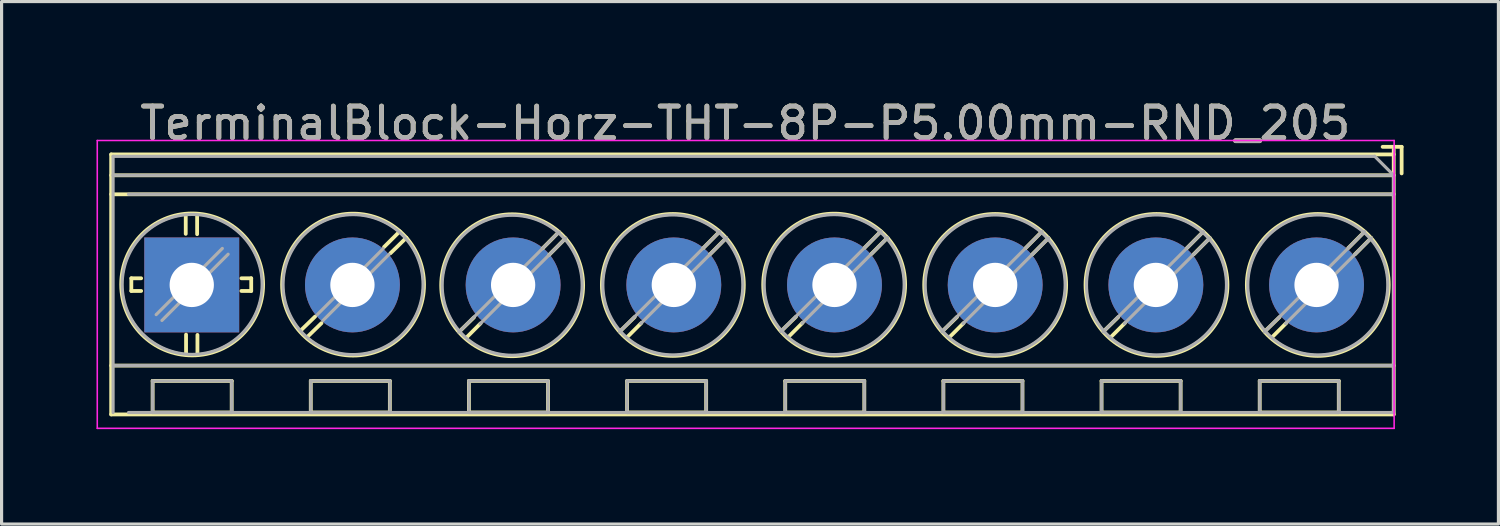
<source format=kicad_pcb>
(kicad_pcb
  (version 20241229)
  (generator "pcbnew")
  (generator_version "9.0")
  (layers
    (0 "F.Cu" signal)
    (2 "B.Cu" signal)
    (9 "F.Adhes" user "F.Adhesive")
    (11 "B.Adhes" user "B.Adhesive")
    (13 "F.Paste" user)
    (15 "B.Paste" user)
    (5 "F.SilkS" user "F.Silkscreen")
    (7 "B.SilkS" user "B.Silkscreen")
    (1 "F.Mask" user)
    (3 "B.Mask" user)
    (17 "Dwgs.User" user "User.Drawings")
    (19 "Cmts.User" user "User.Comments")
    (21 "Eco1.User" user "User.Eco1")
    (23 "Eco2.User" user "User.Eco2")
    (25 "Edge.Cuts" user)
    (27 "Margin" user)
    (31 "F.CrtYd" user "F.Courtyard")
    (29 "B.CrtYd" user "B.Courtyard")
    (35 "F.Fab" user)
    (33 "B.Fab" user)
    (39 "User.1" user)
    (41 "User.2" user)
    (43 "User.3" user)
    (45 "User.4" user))
  (footprint "TerminalBlock-Horz-THT-8P-P5.00mm-RND_205"
    (layer "F.Cu")
    (at 3.012 5.958)
    (property "Reference" "TerminalBlock-Horz-THT-8P-P5.00mm-RND_205" (at 17.5 -5.11 0) (layer "F.SilkS") (effects (font (size 1 1) (thickness 0.15))))
    (attr through_hole)
    (fp_line (start -2.547 4.094) (end -2.547 -4.126) (stroke (width 0.12) (type solid)) (layer "F.SilkS"))
    (fp_line (start -1.91 -0.21) (end -1.91 0.19) (stroke (width 0.12) (type solid)) (layer "F.SilkS"))
    (fp_line (start -1.91 0.19) (end -1.6 0.19) (stroke (width 0.12) (type solid)) (layer "F.SilkS"))
    (fp_line (start -1.6 -0.21) (end -1.91 -0.21) (stroke (width 0.12) (type solid)) (layer "F.SilkS"))
    (fp_line (start -1.237 4.034) (end -1.237 3.034) (stroke (width 0.12) (type solid)) (layer "F.SilkS"))
    (fp_line (start -0.19 -2.245) (end -0.19 -1.615) (stroke (width 0.12) (type solid)) (layer "F.SilkS"))
    (fp_line (start -0.18 1.57) (end -0.18 2.2) (stroke (width 0.12) (type solid)) (layer "F.SilkS"))
    (fp_line (start 0.17 -2.235) (end 0.17 -1.605) (stroke (width 0.12) (type solid)) (layer "F.SilkS"))
    (fp_line (start 0.18 1.58) (end 0.18 2.21) (stroke (width 0.12) (type solid)) (layer "F.SilkS"))
    (fp_line (start 1.263 3.034) (end -1.237 3.034) (stroke (width 0.12) (type solid)) (layer "F.SilkS"))
    (fp_line (start 1.263 4.034) (end -1.237 4.034) (stroke (width 0.12) (type solid)) (layer "F.SilkS"))
    (fp_line (start 1.263 4.034) (end 1.263 3.034) (stroke (width 0.12) (type solid)) (layer "F.SilkS"))
    (fp_line (start 1.57 -0.21) (end 1.88 -0.21) (stroke (width 0.12) (type solid)) (layer "F.SilkS"))
    (fp_line (start 1.88 -0.21) (end 1.88 0.19) (stroke (width 0.12) (type solid)) (layer "F.SilkS"))
    (fp_line (start 1.88 0.19) (end 1.57 0.19) (stroke (width 0.12) (type solid)) (layer "F.SilkS"))
    (fp_line (start 3.763 4.034) (end 3.763 3.034) (stroke (width 0.12) (type solid)) (layer "F.SilkS"))
    (fp_line (start 3.9 1) (end 3.464 1.422) (stroke (width 0.12) (type solid)) (layer "F.SilkS"))
    (fp_line (start 4.1 1.21) (end 3.634 1.663) (stroke (width 0.12) (type solid)) (layer "F.SilkS"))
    (fp_line (start 6.08 -1.2) (end 6.577 -1.694) (stroke (width 0.12) (type solid)) (layer "F.SilkS"))
    (fp_line (start 6.263 3.034) (end 3.763 3.034) (stroke (width 0.12) (type solid)) (layer "F.SilkS"))
    (fp_line (start 6.263 4.034) (end 3.763 4.034) (stroke (width 0.12) (type solid)) (layer "F.SilkS"))
    (fp_line (start 6.263 4.034) (end 6.263 3.034) (stroke (width 0.12) (type solid)) (layer "F.SilkS"))
    (fp_line (start 6.28 -1) (end 6.787 -1.494) (stroke (width 0.12) (type solid)) (layer "F.SilkS"))
    (fp_line (start 8.763 4.034) (end 8.763 3.034) (stroke (width 0.12) (type solid)) (layer "F.SilkS"))
    (fp_line (start 8.923 1.024) (end 8.494 1.442) (stroke (width 0.12) (type solid)) (layer "F.SilkS"))
    (fp_line (start 9.133 1.214) (end 8.664 1.683) (stroke (width 0.12) (type solid)) (layer "F.SilkS"))
    (fp_line (start 11.093 -1.156) (end 11.607 -1.674) (stroke (width 0.12) (type solid)) (layer "F.SilkS"))
    (fp_line (start 11.263 3.034) (end 8.763 3.034) (stroke (width 0.12) (type solid)) (layer "F.SilkS"))
    (fp_line (start 11.263 4.034) (end 8.763 4.034) (stroke (width 0.12) (type solid)) (layer "F.SilkS"))
    (fp_line (start 11.263 4.034) (end 11.263 3.034) (stroke (width 0.12) (type solid)) (layer "F.SilkS"))
    (fp_line (start 11.303 -0.956) (end 11.817 -1.474) (stroke (width 0.12) (type solid)) (layer "F.SilkS"))
    (fp_line (start 13.763 4.034) (end 13.763 3.034) (stroke (width 0.12) (type solid)) (layer "F.SilkS"))
    (fp_line (start 14.003 1.014) (end 13.574 1.432) (stroke (width 0.12) (type solid)) (layer "F.SilkS"))
    (fp_line (start 14.213 1.204) (end 13.744 1.673) (stroke (width 0.12) (type solid)) (layer "F.SilkS"))
    (fp_line (start 16.173 -1.166) (end 16.687 -1.684) (stroke (width 0.12) (type solid)) (layer "F.SilkS"))
    (fp_line (start 16.263 3.034) (end 13.763 3.034) (stroke (width 0.12) (type solid)) (layer "F.SilkS"))
    (fp_line (start 16.263 4.034) (end 13.763 4.034) (stroke (width 0.12) (type solid)) (layer "F.SilkS"))
    (fp_line (start 16.263 4.034) (end 16.263 3.034) (stroke (width 0.12) (type solid)) (layer "F.SilkS"))
    (fp_line (start 16.383 -0.966) (end 16.897 -1.484) (stroke (width 0.12) (type solid)) (layer "F.SilkS"))
    (fp_line (start 18.763 4.034) (end 18.763 3.034) (stroke (width 0.12) (type solid)) (layer "F.SilkS"))
    (fp_line (start 19.103 1.004) (end 18.674 1.422) (stroke (width 0.12) (type solid)) (layer "F.SilkS"))
    (fp_line (start 19.313 1.194) (end 18.844 1.663) (stroke (width 0.12) (type solid)) (layer "F.SilkS"))
    (fp_line (start 21.263 3.034) (end 18.763 3.034) (stroke (width 0.12) (type solid)) (layer "F.SilkS"))
    (fp_line (start 21.263 4.034) (end 18.763 4.034) (stroke (width 0.12) (type solid)) (layer "F.SilkS"))
    (fp_line (start 21.263 4.034) (end 21.263 3.034) (stroke (width 0.12) (type solid)) (layer "F.SilkS"))
    (fp_line (start 21.273 -1.176) (end 21.787 -1.694) (stroke (width 0.12) (type solid)) (layer "F.SilkS"))
    (fp_line (start 21.483 -0.976) (end 21.997 -1.494) (stroke (width 0.12) (type solid)) (layer "F.SilkS"))
    (fp_line (start 23.763 4.034) (end 23.763 3.034) (stroke (width 0.12) (type solid)) (layer "F.SilkS"))
    (fp_line (start 24.193 1.014) (end 23.764 1.432) (stroke (width 0.12) (type solid)) (layer "F.SilkS"))
    (fp_line (start 24.403 1.204) (end 23.934 1.673) (stroke (width 0.12) (type solid)) (layer "F.SilkS"))
    (fp_line (start 26.263 3.034) (end 23.763 3.034) (stroke (width 0.12) (type solid)) (layer "F.SilkS"))
    (fp_line (start 26.263 4.034) (end 23.763 4.034) (stroke (width 0.12) (type solid)) (layer "F.SilkS"))
    (fp_line (start 26.263 4.034) (end 26.263 3.034) (stroke (width 0.12) (type solid)) (layer "F.SilkS"))
    (fp_line (start 26.363 -1.166) (end 26.877 -1.684) (stroke (width 0.12) (type solid)) (layer "F.SilkS"))
    (fp_line (start 26.573 -0.966) (end 27.087 -1.484) (stroke (width 0.12) (type solid)) (layer "F.SilkS"))
    (fp_line (start 28.763 4.034) (end 28.763 3.034) (stroke (width 0.12) (type solid)) (layer "F.SilkS"))
    (fp_line (start 29.293 1.014) (end 28.864 1.432) (stroke (width 0.12) (type solid)) (layer "F.SilkS"))
    (fp_line (start 29.503 1.204) (end 29.034 1.673) (stroke (width 0.12) (type solid)) (layer "F.SilkS"))
    (fp_line (start 31.263 3.034) (end 28.763 3.034) (stroke (width 0.12) (type solid)) (layer "F.SilkS"))
    (fp_line (start 31.263 4.034) (end 28.763 4.034) (stroke (width 0.12) (type solid)) (layer "F.SilkS"))
    (fp_line (start 31.263 4.034) (end 31.263 3.034) (stroke (width 0.12) (type solid)) (layer "F.SilkS"))
    (fp_line (start 31.463 -1.166) (end 31.977 -1.684) (stroke (width 0.12) (type solid)) (layer "F.SilkS"))
    (fp_line (start 31.673 -0.966) (end 32.187 -1.484) (stroke (width 0.12) (type solid)) (layer "F.SilkS"))
    (fp_line (start 33.763 4.034) (end 33.763 3.034) (stroke (width 0.12) (type solid)) (layer "F.SilkS"))
    (fp_line (start 34.393 1.014) (end 33.964 1.432) (stroke (width 0.12) (type solid)) (layer "F.SilkS"))
    (fp_line (start 34.603 1.204) (end 34.134 1.673) (stroke (width 0.12) (type solid)) (layer "F.SilkS"))
    (fp_line (start 36.263 3.034) (end 33.763 3.034) (stroke (width 0.12) (type solid)) (layer "F.SilkS"))
    (fp_line (start 36.263 4.034) (end 33.763 4.034) (stroke (width 0.12) (type solid)) (layer "F.SilkS"))
    (fp_line (start 36.263 4.034) (end 36.263 3.034) (stroke (width 0.12) (type solid)) (layer "F.SilkS"))
    (fp_line (start 36.563 -1.166) (end 37.077 -1.684) (stroke (width 0.12) (type solid)) (layer "F.SilkS"))
    (fp_line (start 36.773 -0.966) (end 37.287 -1.484) (stroke (width 0.12) (type solid)) (layer "F.SilkS"))
    (fp_line (start 38 -4.126) (end -2.547 -4.126) (stroke (width 0.12) (type solid)) (layer "F.SilkS"))
    (fp_line (start 38 -3.466) (end -2.547 -3.466) (stroke (width 0.12) (type solid)) (layer "F.SilkS"))
    (fp_line (start 38 -2.866) (end -2.547 -2.866) (stroke (width 0.12) (type solid)) (layer "F.SilkS"))
    (fp_line (start 38 2.55) (end -2.547 2.55) (stroke (width 0.12) (type solid)) (layer "F.SilkS"))
    (fp_line (start 38 4.094) (end -2.547 4.094) (stroke (width 0.12) (type solid)) (layer "F.SilkS"))
    (fp_line (start 38 4.094) (end 38 -4.282) (stroke (width 0.12) (type solid)) (layer "F.SilkS"))
    (fp_line (start 38.25 -4.366) (end 37.65 -4.366) (stroke (width 0.12) (type solid)) (layer "F.SilkS"))
    (fp_line (start 38.25 -3.526) (end 38.25 -4.366) (stroke (width 0.12) (type solid)) (layer "F.SilkS"))
    (fp_circle (center 0.013 -0.016) (end -2.23 -0.03) (stroke (width 0.12) (type solid)) (fill no) (layer "F.SilkS"))
    (fp_circle (center 5.1 -0.01) (end 2.857 -0.024) (stroke (width 0.12) (type solid)) (fill no) (layer "F.SilkS"))
    (fp_circle (center 10.13 0.01) (end 7.887 -0.004) (stroke (width 0.12) (type solid)) (fill no) (layer "F.SilkS"))
    (fp_circle (center 15.21 0) (end 12.967 -0.014) (stroke (width 0.12) (type solid)) (fill no) (layer "F.SilkS"))
    (fp_circle (center 20.31 -0.01) (end 18.067 -0.024) (stroke (width 0.12) (type solid)) (fill no) (layer "F.SilkS"))
    (fp_circle (center 25.4 0) (end 23.157 -0.014) (stroke (width 0.12) (type solid)) (fill no) (layer "F.SilkS"))
    (fp_circle (center 30.5 0) (end 28.257 -0.014) (stroke (width 0.12) (type solid)) (fill no) (layer "F.SilkS"))
    (fp_circle (center 35.6 0) (end 33.357 -0.014) (stroke (width 0.12) (type solid)) (fill no) (layer "F.SilkS"))
    (fp_line (start -2.987 -4.566) (end -2.987 4.534) (stroke (width 0.05) (type solid)) (layer "F.CrtYd"))
    (fp_line (start -2.987 4.534) (end 38.013 4.534) (stroke (width 0.05) (type solid)) (layer "F.CrtYd"))
    (fp_line (start 38.013 -4.566) (end -2.987 -4.566) (stroke (width 0.05) (type solid)) (layer "F.CrtYd"))
    (fp_line (start 38.013 4.534) (end 38.013 -4.566) (stroke (width 0.05) (type solid)) (layer "F.CrtYd"))
    (fp_line (start -2.487 -4.066) (end 37.4 -4.066) (stroke (width 0.1) (type solid)) (layer "F.Fab"))
    (fp_line (start -2.487 4.034) (end -2.487 -4.066) (stroke (width 0.1) (type solid)) (layer "F.Fab"))
    (fp_line (start -1.237 3.034) (end -1.237 4.034) (stroke (width 0.1) (type solid)) (layer "F.Fab"))
    (fp_line (start -1.237 4.034) (end 1.263 4.034) (stroke (width 0.1) (type solid)) (layer "F.Fab"))
    (fp_line (start -1.125 0.939) (end 0.967 -1.154) (stroke (width 0.1) (type solid)) (layer "F.Fab"))
    (fp_line (start -0.942 1.122) (end 1.15 -0.971) (stroke (width 0.1) (type solid)) (layer "F.Fab"))
    (fp_line (start 1.263 3.034) (end -1.237 3.034) (stroke (width 0.1) (type solid)) (layer "F.Fab"))
    (fp_line (start 1.263 4.034) (end 1.263 3.034) (stroke (width 0.1) (type solid)) (layer "F.Fab"))
    (fp_line (start 3.763 3.034) (end 3.763 4.034) (stroke (width 0.1) (type solid)) (layer "F.Fab"))
    (fp_line (start 3.763 4.034) (end 6.263 4.034) (stroke (width 0.1) (type solid)) (layer "F.Fab"))
    (fp_line (start 3.962 0.945) (end 6.054 -1.148) (stroke (width 0.1) (type solid)) (layer "F.Fab"))
    (fp_line (start 4.145 1.128) (end 6.237 -0.965) (stroke (width 0.1) (type solid)) (layer "F.Fab"))
    (fp_line (start 6.263 3.034) (end 3.763 3.034) (stroke (width 0.1) (type solid)) (layer "F.Fab"))
    (fp_line (start 6.263 4.034) (end 6.263 3.034) (stroke (width 0.1) (type solid)) (layer "F.Fab"))
    (fp_line (start 8.443 1.494) (end 11.613 -1.676) (stroke (width 0.1) (type solid)) (layer "F.Fab"))
    (fp_line (start 8.763 3.034) (end 8.763 4.034) (stroke (width 0.1) (type solid)) (layer "F.Fab"))
    (fp_line (start 8.763 4.034) (end 11.263 4.034) (stroke (width 0.1) (type solid)) (layer "F.Fab"))
    (fp_line (start 9.113 1.234) (end 11.823 -1.476) (stroke (width 0.1) (type solid)) (layer "F.Fab"))
    (fp_line (start 11.263 3.034) (end 8.763 3.034) (stroke (width 0.1) (type solid)) (layer "F.Fab"))
    (fp_line (start 11.263 4.034) (end 11.263 3.034) (stroke (width 0.1) (type solid)) (layer "F.Fab"))
    (fp_line (start 13.523 1.484) (end 16.693 -1.686) (stroke (width 0.1) (type solid)) (layer "F.Fab"))
    (fp_line (start 13.763 3.034) (end 13.763 4.034) (stroke (width 0.1) (type solid)) (layer "F.Fab"))
    (fp_line (start 13.763 4.034) (end 16.263 4.034) (stroke (width 0.1) (type solid)) (layer "F.Fab"))
    (fp_line (start 14.193 1.224) (end 16.903 -1.486) (stroke (width 0.1) (type solid)) (layer "F.Fab"))
    (fp_line (start 16.263 3.034) (end 13.763 3.034) (stroke (width 0.1) (type solid)) (layer "F.Fab"))
    (fp_line (start 16.263 4.034) (end 16.263 3.034) (stroke (width 0.1) (type solid)) (layer "F.Fab"))
    (fp_line (start 18.623 1.474) (end 21.793 -1.696) (stroke (width 0.1) (type solid)) (layer "F.Fab"))
    (fp_line (start 18.763 3.034) (end 18.763 4.034) (stroke (width 0.1) (type solid)) (layer "F.Fab"))
    (fp_line (start 18.763 4.034) (end 21.263 4.034) (stroke (width 0.1) (type solid)) (layer "F.Fab"))
    (fp_line (start 19.293 1.214) (end 22.003 -1.496) (stroke (width 0.1) (type solid)) (layer "F.Fab"))
    (fp_line (start 21.263 3.034) (end 18.763 3.034) (stroke (width 0.1) (type solid)) (layer "F.Fab"))
    (fp_line (start 21.263 4.034) (end 21.263 3.034) (stroke (width 0.1) (type solid)) (layer "F.Fab"))
    (fp_line (start 23.713 1.484) (end 26.883 -1.686) (stroke (width 0.1) (type solid)) (layer "F.Fab"))
    (fp_line (start 23.763 3.034) (end 23.763 4.034) (stroke (width 0.1) (type solid)) (layer "F.Fab"))
    (fp_line (start 23.763 4.034) (end 26.263 4.034) (stroke (width 0.1) (type solid)) (layer "F.Fab"))
    (fp_line (start 24.383 1.224) (end 27.093 -1.486) (stroke (width 0.1) (type solid)) (layer "F.Fab"))
    (fp_line (start 26.263 3.034) (end 23.763 3.034) (stroke (width 0.1) (type solid)) (layer "F.Fab"))
    (fp_line (start 26.263 4.034) (end 26.263 3.034) (stroke (width 0.1) (type solid)) (layer "F.Fab"))
    (fp_line (start 28.763 3.034) (end 28.763 4.034) (stroke (width 0.1) (type solid)) (layer "F.Fab"))
    (fp_line (start 28.763 4.034) (end 31.263 4.034) (stroke (width 0.1) (type solid)) (layer "F.Fab"))
    (fp_line (start 28.813 1.484) (end 31.983 -1.686) (stroke (width 0.1) (type solid)) (layer "F.Fab"))
    (fp_line (start 29.483 1.224) (end 32.193 -1.486) (stroke (width 0.1) (type solid)) (layer "F.Fab"))
    (fp_line (start 31.263 3.034) (end 28.763 3.034) (stroke (width 0.1) (type solid)) (layer "F.Fab"))
    (fp_line (start 31.263 4.034) (end 31.263 3.034) (stroke (width 0.1) (type solid)) (layer "F.Fab"))
    (fp_line (start 33.763 3.034) (end 33.763 4.034) (stroke (width 0.1) (type solid)) (layer "F.Fab"))
    (fp_line (start 33.763 4.034) (end 36.263 4.034) (stroke (width 0.1) (type solid)) (layer "F.Fab"))
    (fp_line (start 33.913 1.484) (end 37.083 -1.686) (stroke (width 0.1) (type solid)) (layer "F.Fab"))
    (fp_line (start 34.583 1.224) (end 37.293 -1.486) (stroke (width 0.1) (type solid)) (layer "F.Fab"))
    (fp_line (start 36.263 3.034) (end 33.763 3.034) (stroke (width 0.1) (type solid)) (layer "F.Fab"))
    (fp_line (start 36.263 4.034) (end 36.263 3.034) (stroke (width 0.1) (type solid)) (layer "F.Fab"))
    (fp_line (start 37.4 -4.066) (end 38 -3.466) (stroke (width 0.1) (type solid)) (layer "F.Fab"))
    (fp_line (start 38 -3.466) (end -2.487 -3.466) (stroke (width 0.1) (type solid)) (layer "F.Fab"))
    (fp_line (start 38 -3.466) (end 38 4.034) (stroke (width 0.1) (type solid)) (layer "F.Fab"))
    (fp_line (start 38 -2.866) (end -2 -2.866) (stroke (width 0.1) (type solid)) (layer "F.Fab"))
    (fp_line (start 38 2.55) (end -2.45 2.55) (stroke (width 0.1) (type solid)) (layer "F.Fab"))
    (fp_line (start 38 4.034) (end -2 4.034) (stroke (width 0.1) (type solid)) (layer "F.Fab"))
    (fp_circle (center 0.013 -0.016) (end -2.2 0) (stroke (width 0.1) (type solid)) (fill no) (layer "F.Fab"))
    (fp_circle (center 5.1 -0.01) (end 2.887 0.006) (stroke (width 0.1) (type solid)) (fill no) (layer "F.Fab"))
    (fp_circle (center 10.13 0.01) (end 7.917 0.026) (stroke (width 0.1) (type solid)) (fill no) (layer "F.Fab"))
    (fp_circle (center 15.21 0) (end 12.997 0.016) (stroke (width 0.1) (type solid)) (fill no) (layer "F.Fab"))
    (fp_circle (center 20.31 -0.01) (end 18.097 0.006) (stroke (width 0.1) (type solid)) (fill no) (layer "F.Fab"))
    (fp_circle (center 25.4 0) (end 23.187 0.016) (stroke (width 0.1) (type solid)) (fill no) (layer "F.Fab"))
    (fp_circle (center 30.5 0) (end 28.287 0.016) (stroke (width 0.1) (type solid)) (fill no) (layer "F.Fab"))
    (fp_circle (center 35.6 0) (end 33.387 0.016) (stroke (width 0.1) (type solid)) (fill no) (layer "F.Fab"))
    (fp_text user "${REFERENCE}" (at 17.5 -5.11 0) (layer "F.Fab") (effects (font (size 1 1) (thickness 0.15))))
    (pad "1" thru_hole rect (at 0 0) (size 3 3) (drill 1.4) (layers "*.Cu" "*.Mask"))
    (pad "2" thru_hole circle (at 5.08 0) (size 3 3) (drill 1.4) (layers "*.Cu" "*.Mask"))
    (pad "3" thru_hole circle (at 10.16 0) (size 3 3) (drill 1.4) (layers "*.Cu" "*.Mask"))
    (pad "4" thru_hole circle (at 15.24 0) (size 3 3) (drill 1.4) (layers "*.Cu" "*.Mask"))
    (pad "5" thru_hole circle (at 20.32 0) (size 3 3) (drill 1.4) (layers "*.Cu" "*.Mask"))
    (pad "6" thru_hole circle (at 25.4 0) (size 3 3) (drill 1.4) (layers "*.Cu" "*.Mask"))
    (pad "7" thru_hole circle (at 30.48 0) (size 3 3) (drill 1.4) (layers "*.Cu" "*.Mask"))
    (pad "8" thru_hole circle (at 35.56 0) (size 3 3) (drill 1.4) (layers "*.Cu" "*.Mask")))
  (gr_rect
    (start -3 -3)
    (end 44.322 13.517)
    (stroke (width 0.1) (type default))
    (fill no)
    (layer "Edge.Cuts")))
</source>
